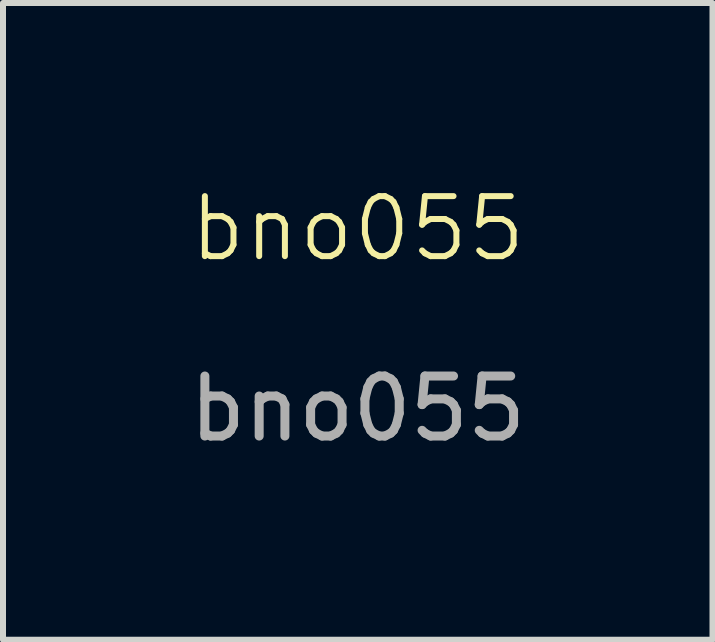
<source format=kicad_pcb>
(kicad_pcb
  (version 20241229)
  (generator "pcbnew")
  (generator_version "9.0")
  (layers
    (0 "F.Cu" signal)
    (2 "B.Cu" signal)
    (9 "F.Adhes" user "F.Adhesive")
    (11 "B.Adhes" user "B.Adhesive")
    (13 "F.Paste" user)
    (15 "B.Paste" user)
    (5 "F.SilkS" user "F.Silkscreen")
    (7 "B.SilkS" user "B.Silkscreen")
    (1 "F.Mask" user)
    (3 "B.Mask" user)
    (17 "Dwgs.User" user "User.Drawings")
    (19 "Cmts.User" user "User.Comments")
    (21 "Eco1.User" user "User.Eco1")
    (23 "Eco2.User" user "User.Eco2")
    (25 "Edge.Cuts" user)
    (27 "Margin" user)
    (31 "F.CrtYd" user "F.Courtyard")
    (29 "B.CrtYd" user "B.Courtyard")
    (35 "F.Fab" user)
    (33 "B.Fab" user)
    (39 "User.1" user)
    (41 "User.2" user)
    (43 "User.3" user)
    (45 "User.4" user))
  (footprint "bno055"
    (layer "F.Cu")
    (at 2.911 1.26)
    (property "Reference" "bno055" (at 0 -0.5 0) (unlocked yes) (layer "F.SilkS") (effects (font (size 1 1) (thickness 0.1))))
    (attr smd)
    (fp_text user "${REFERENCE}" (at 0 2.5 0) (unlocked yes) (layer "F.Fab") (effects (font (size 1 1) (thickness 0.15)))))
  (gr_rect
    (start -3 -3)
    (end 8.821 7.609)
    (stroke (width 0.1) (type default))
    (fill no)
    (layer "Edge.Cuts")))
</source>
